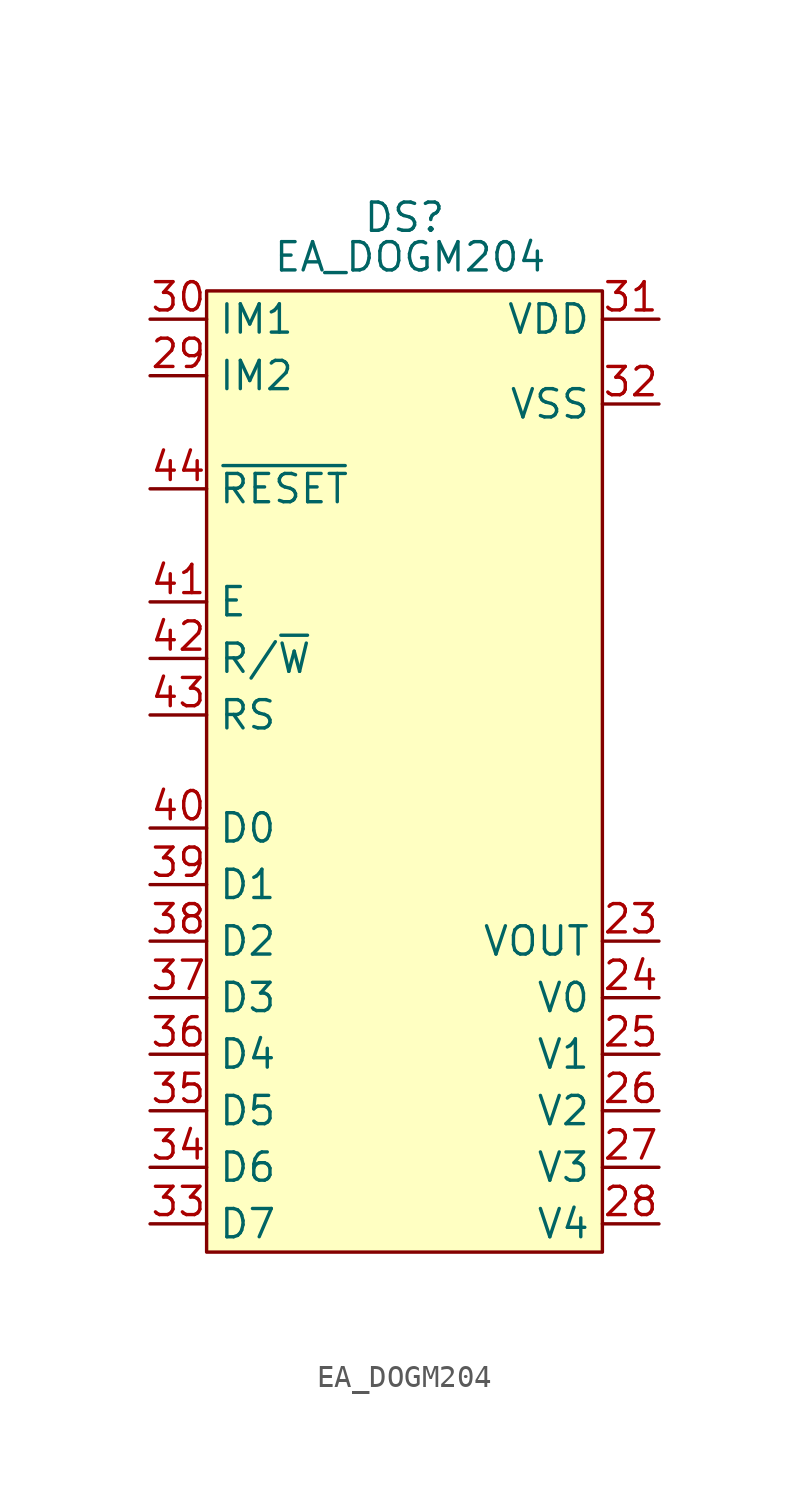
<source format=kicad_sym>
(kicad_symbol_lib
  (version 20231120)
  (generator "kicad_symbol_editor")
  (generator_version "8.0")
  (symbol "EA_DOGM204"
    (property "Reference" "DS"
      (at 0 24.892 0)
      (effects (font (size 1.27 1.27))))
    (property "Value" "EA_DOGM204"
      (at 0.254 23.114 0)
      (effects (font (size 1.27 1.27))))
    (symbol "EA_DOGM204_1_1"
      (rectangle (start -8.89 21.59) (end 8.89 -21.59) (stroke (width 0) (type default)) (fill (type background)))
      (pin passive line (at 11.43 -7.62 180) (length 2.54) (name "VOUT" (effects (font (size 1.27 1.27)))) (number "23" (effects (font (size 1.27 1.27)))))
      (pin passive line (at 11.43 -10.16 180) (length 2.54) (name "V0" (effects (font (size 1.27 1.27)))) (number "24" (effects (font (size 1.27 1.27)))))
      (pin passive line (at 11.43 -12.7 180) (length 2.54) (name "V1" (effects (font (size 1.27 1.27)))) (number "25" (effects (font (size 1.27 1.27)))))
      (pin passive line (at 11.43 -15.24 180) (length 2.54) (name "V2" (effects (font (size 1.27 1.27)))) (number "26" (effects (font (size 1.27 1.27)))))
      (pin passive line (at 11.43 -17.78 180) (length 2.54) (name "V3" (effects (font (size 1.27 1.27)))) (number "27" (effects (font (size 1.27 1.27)))))
      (pin passive line (at 11.43 -20.32 180) (length 2.54) (name "V4" (effects (font (size 1.27 1.27)))) (number "28" (effects (font (size 1.27 1.27)))))
      (pin input line (at -11.43 17.78 0) (length 2.54) (name "IM2" (effects (font (size 1.27 1.27)))) (number "29" (effects (font (size 1.27 1.27)))))
      (pin input line (at -11.43 20.32 0) (length 2.54) (name "IM1" (effects (font (size 1.27 1.27)))) (number "30" (effects (font (size 1.27 1.27)))))
      (pin power_in line (at 11.43 20.32 180) (length 2.54) (name "VDD" (effects (font (size 1.27 1.27)))) (number "31" (effects (font (size 1.27 1.27)))))
      (pin power_in line (at 11.43 16.51 180) (length 2.54) (name "VSS" (effects (font (size 1.27 1.27)))) (number "32" (effects (font (size 1.27 1.27)))))
      (pin input line (at -11.43 -20.32 0) (length 2.54) (name "D7" (effects (font (size 1.27 1.27)))) (number "33" (effects (font (size 1.27 1.27)))))
      (pin input line (at -11.43 -17.78 0) (length 2.54) (name "D6" (effects (font (size 1.27 1.27)))) (number "34" (effects (font (size 1.27 1.27)))))
      (pin input line (at -11.43 -15.24 0) (length 2.54) (name "D5" (effects (font (size 1.27 1.27)))) (number "35" (effects (font (size 1.27 1.27)))))
      (pin input line (at -11.43 -12.7 0) (length 2.54) (name "D4" (effects (font (size 1.27 1.27)))) (number "36" (effects (font (size 1.27 1.27)))))
      (pin input line (at -11.43 -10.16 0) (length 2.54) (name "D3" (effects (font (size 1.27 1.27)))) (number "37" (effects (font (size 1.27 1.27)))))
      (pin input line (at -11.43 -7.62 0) (length 2.54) (name "D2" (effects (font (size 1.27 1.27)))) (number "38" (effects (font (size 1.27 1.27)))))
      (pin input line (at -11.43 -5.08 0) (length 2.54) (name "D1" (effects (font (size 1.27 1.27)))) (number "39" (effects (font (size 1.27 1.27)))))
      (pin input line (at -11.43 -2.54 0) (length 2.54) (name "D0" (effects (font (size 1.27 1.27)))) (number "40" (effects (font (size 1.27 1.27)))))
      (pin input line (at -11.43 7.62 0) (length 2.54) (name "E" (effects (font (size 1.27 1.27)))) (number "41" (effects (font (size 1.27 1.27)))))
      (pin input line (at -11.43 5.08 0) (length 2.54) (name "R/~{W}" (effects (font (size 1.27 1.27)))) (number "42" (effects (font (size 1.27 1.27)))))
      (pin input line (at -11.43 2.54 0) (length 2.54) (name "RS" (effects (font (size 1.27 1.27)))) (number "43" (effects (font (size 1.27 1.27)))))
      (pin input line (at -11.43 12.7 0) (length 2.54) (name "~{RESET}" (effects (font (size 1.27 1.27)))) (number "44" (effects (font (size 1.27 1.27))))))))
</source>
